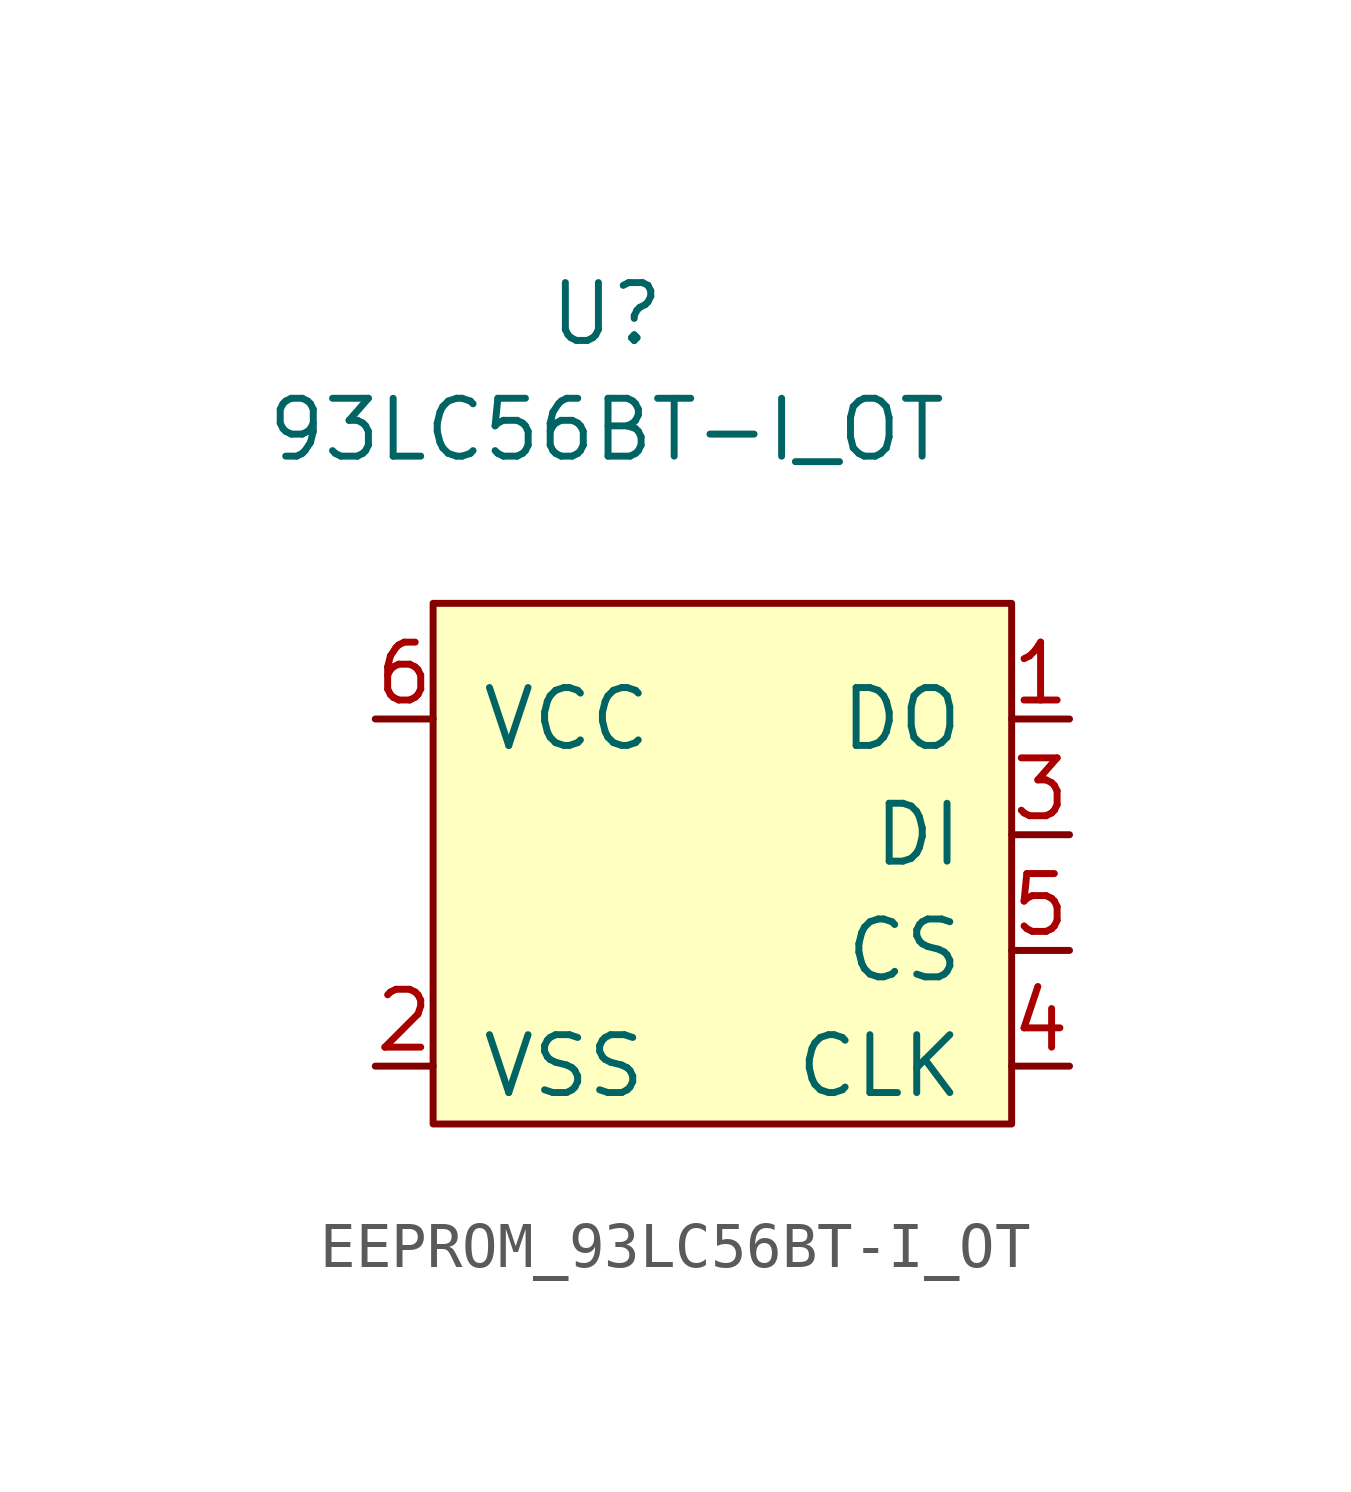
<source format=kicad_sym>
(kicad_symbol_lib
  (version 20220914)
  (generator kicad_symbol_editor)
  (symbol "EEPROM_93LC56BT-I_OT"
    (pin_names
      (offset 1.016))
    (property "Reference" "U"
      (at 0 11.43 0)
      (effects (font (size 1.27 1.27))))
    (property "Value" "93LC56BT-I_OT"
      (at 0 8.89 0)
      (effects (font (size 1.27 1.27))))
    (symbol "EEPROM_93LC56BT-I_OT_0_1"
      (rectangle (start -3.81 5.08) (end 8.89 -6.35) (stroke (width 0) (type default)) (fill (type background))))
    (symbol "EEPROM_93LC56BT-I_OT_1_1"
      (pin output line (at 10.16 2.54 180) (length 1.27) (name "DO" (effects (font (size 1.27 1.27)))) (number "1" (effects (font (size 1.27 1.27)))))
      (pin power_in line (at -5.08 -5.08 0) (length 1.27) (name "VSS" (effects (font (size 1.27 1.27)))) (number "2" (effects (font (size 1.27 1.27)))))
      (pin input line (at 10.16 0 180) (length 1.27) (name "DI" (effects (font (size 1.27 1.27)))) (number "3" (effects (font (size 1.27 1.27)))))
      (pin input line (at 10.16 -5.08 180) (length 1.27) (name "CLK" (effects (font (size 1.27 1.27)))) (number "4" (effects (font (size 1.27 1.27)))))
      (pin input line (at 10.16 -2.54 180) (length 1.27) (name "CS" (effects (font (size 1.27 1.27)))) (number "5" (effects (font (size 1.27 1.27)))))
      (pin power_in line (at -5.08 2.54 0) (length 1.27) (name "VCC" (effects (font (size 1.27 1.27)))) (number "6" (effects (font (size 1.27 1.27))))))))
</source>
